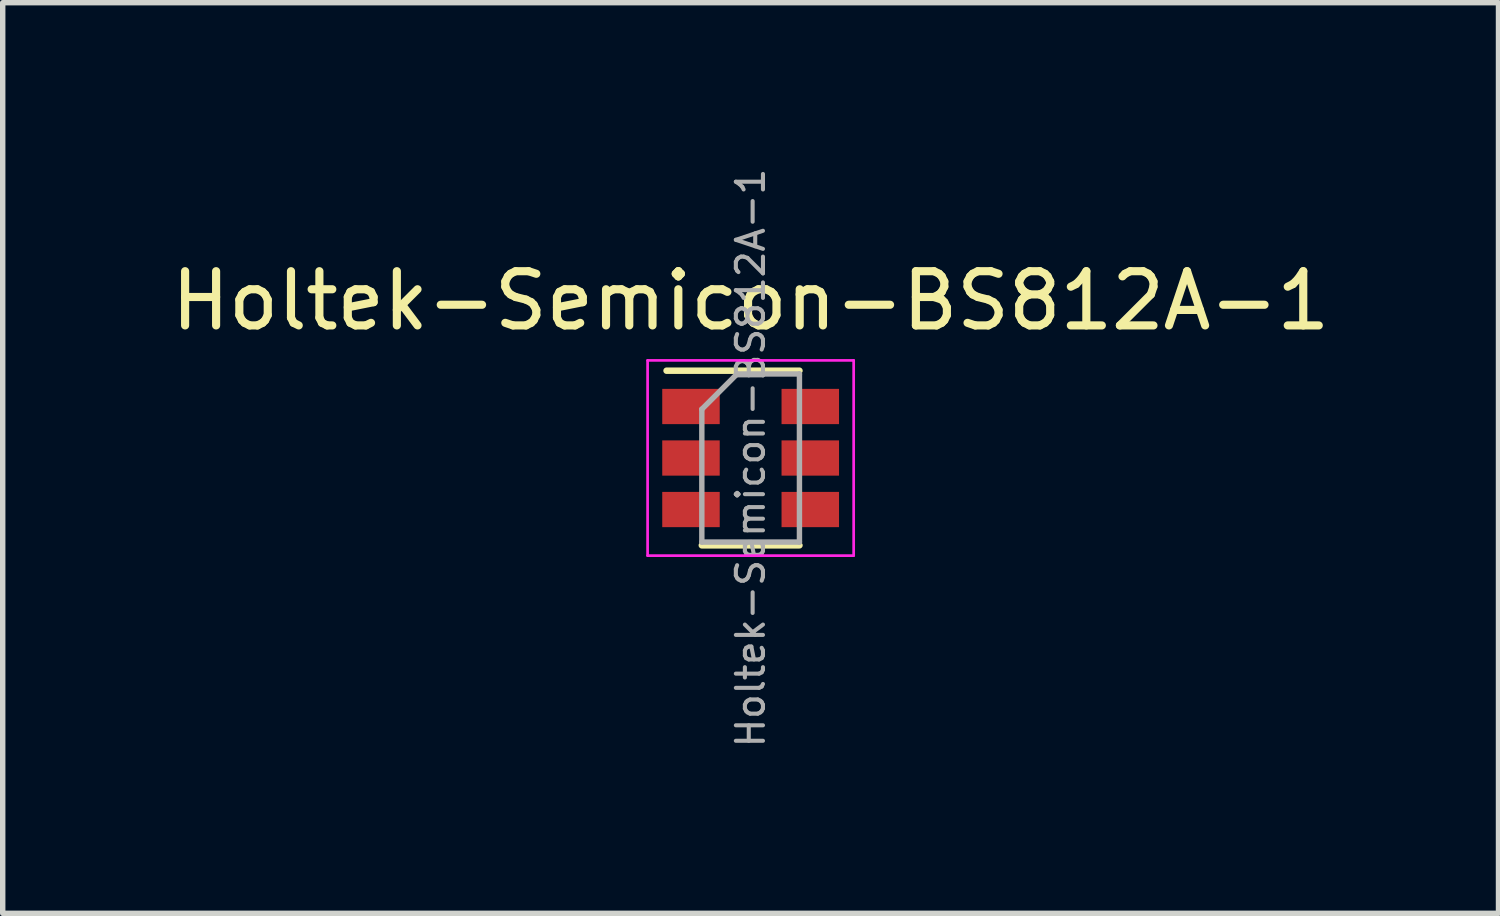
<source format=kicad_pcb>
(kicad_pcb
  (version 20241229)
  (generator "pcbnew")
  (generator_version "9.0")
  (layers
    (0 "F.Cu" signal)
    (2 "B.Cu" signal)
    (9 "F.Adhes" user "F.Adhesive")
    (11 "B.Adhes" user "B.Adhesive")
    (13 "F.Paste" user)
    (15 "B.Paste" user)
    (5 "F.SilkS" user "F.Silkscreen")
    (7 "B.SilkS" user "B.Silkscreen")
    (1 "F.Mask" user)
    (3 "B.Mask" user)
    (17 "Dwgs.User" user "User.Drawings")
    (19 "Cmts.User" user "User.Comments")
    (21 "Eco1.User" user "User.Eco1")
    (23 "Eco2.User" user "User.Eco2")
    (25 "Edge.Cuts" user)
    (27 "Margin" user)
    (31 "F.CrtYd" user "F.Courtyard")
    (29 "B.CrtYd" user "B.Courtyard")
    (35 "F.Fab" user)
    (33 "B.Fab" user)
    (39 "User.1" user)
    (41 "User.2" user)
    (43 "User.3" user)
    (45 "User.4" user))
  (footprint "Holtek-Semicon-BS812A-1"
    (layer "F.Cu")
    (at 10.792 5.396)
    (property "Reference" "Holtek-Semicon-BS812A-1" (at 0 -2.9 0) (layer "F.SilkS") (effects (font (size 1 1) (thickness 0.15))))
    (attr smd)
    (fp_line (start -0.9 1.61) (end 0.9 1.61) (stroke (width 0.12) (type solid)) (layer "F.SilkS"))
    (fp_line (start 0.9 -1.61) (end -1.55 -1.61) (stroke (width 0.12) (type solid)) (layer "F.SilkS"))
    (fp_line (start -1.9 -1.8) (end -1.9 1.8) (stroke (width 0.05) (type solid)) (layer "F.CrtYd"))
    (fp_line (start -1.9 1.8) (end 1.9 1.8) (stroke (width 0.05) (type solid)) (layer "F.CrtYd"))
    (fp_line (start 1.9 -1.8) (end -1.9 -1.8) (stroke (width 0.05) (type solid)) (layer "F.CrtYd"))
    (fp_line (start 1.9 1.8) (end 1.9 -1.8) (stroke (width 0.05) (type solid)) (layer "F.CrtYd"))
    (fp_line (start -0.9 -0.9) (end -0.9 1.55) (stroke (width 0.1) (type solid)) (layer "F.Fab"))
    (fp_line (start -0.9 -0.9) (end -0.25 -1.55) (stroke (width 0.1) (type solid)) (layer "F.Fab"))
    (fp_line (start 0.9 -1.55) (end -0.25 -1.55) (stroke (width 0.1) (type solid)) (layer "F.Fab"))
    (fp_line (start 0.9 -1.55) (end 0.9 1.55) (stroke (width 0.1) (type solid)) (layer "F.Fab"))
    (fp_line (start 0.9 1.55) (end -0.9 1.55) (stroke (width 0.1) (type solid)) (layer "F.Fab"))
    (fp_text user "${REFERENCE}" (at 0 0 90) (layer "F.Fab") (effects (font (size 0.5 0.5) (thickness 0.075))))
    (pad "1" smd rect (at -1.1 -0.95) (size 1.06 0.65) (layers "F.Cu" "F.Mask" "F.Paste"))
    (pad "2" smd rect (at -1.1 0) (size 1.06 0.65) (layers "F.Cu" "F.Mask" "F.Paste"))
    (pad "3" smd rect (at -1.1 0.95) (size 1.06 0.65) (layers "F.Cu" "F.Mask" "F.Paste"))
    (pad "4" smd rect (at 1.1 0.95) (size 1.06 0.65) (layers "F.Cu" "F.Mask" "F.Paste"))
    (pad "5" smd rect (at 1.1 0) (size 1.06 0.65) (layers "F.Cu" "F.Mask" "F.Paste"))
    (pad "6" smd rect (at 1.1 -0.95) (size 1.06 0.65) (layers "F.Cu" "F.Mask" "F.Paste")))
  (gr_rect
    (start -3 -3)
    (end 24.583 13.792)
    (stroke (width 0.1) (type default))
    (fill no)
    (layer "Edge.Cuts")))
</source>
